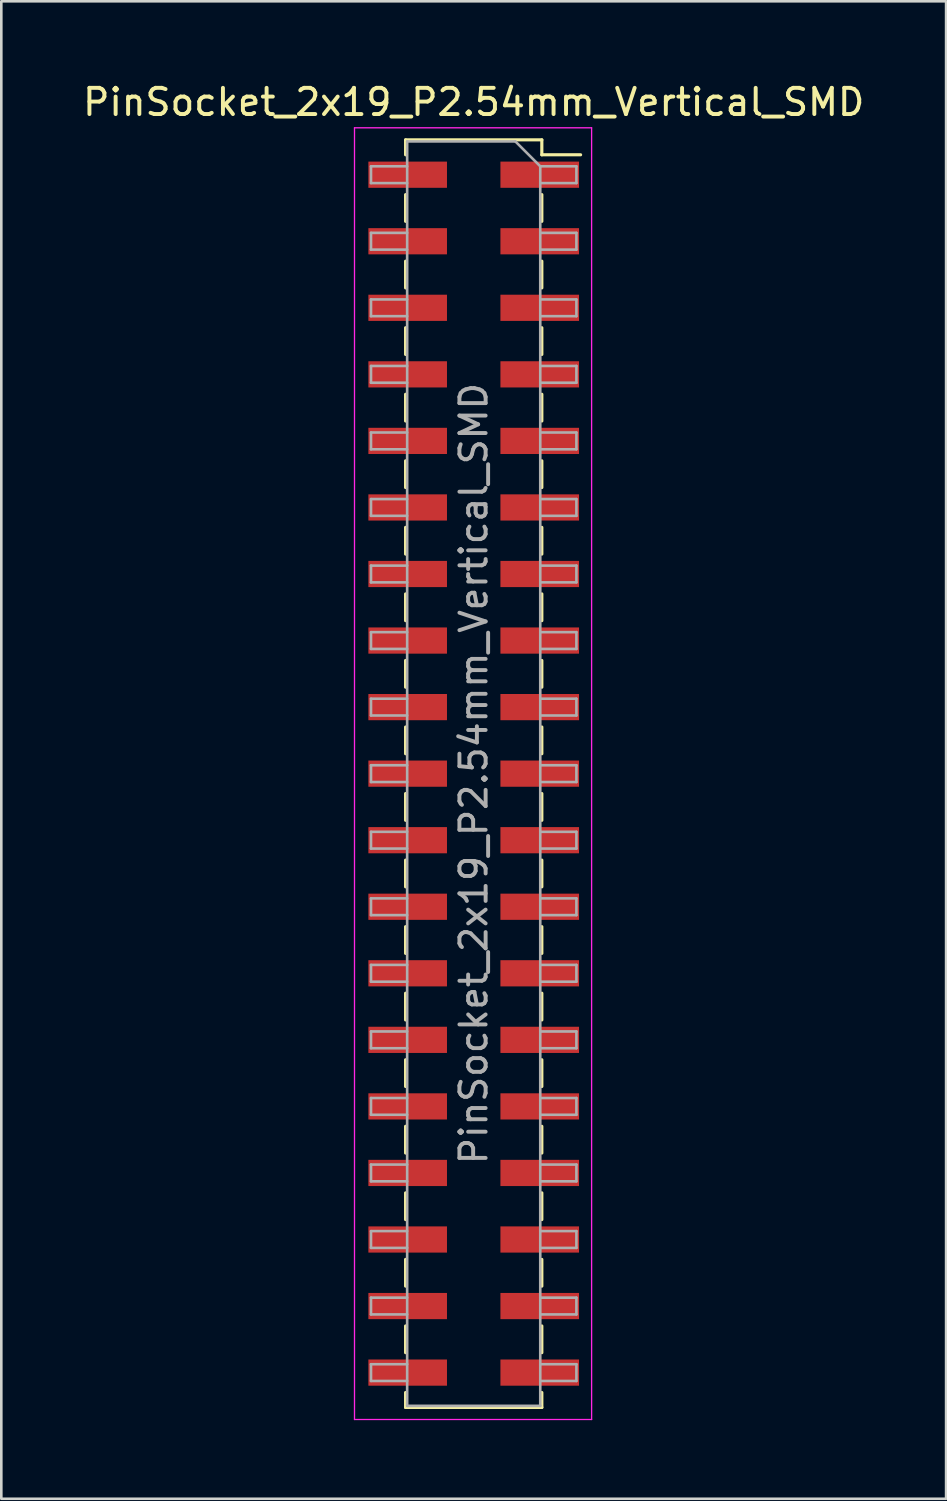
<source format=kicad_pcb>
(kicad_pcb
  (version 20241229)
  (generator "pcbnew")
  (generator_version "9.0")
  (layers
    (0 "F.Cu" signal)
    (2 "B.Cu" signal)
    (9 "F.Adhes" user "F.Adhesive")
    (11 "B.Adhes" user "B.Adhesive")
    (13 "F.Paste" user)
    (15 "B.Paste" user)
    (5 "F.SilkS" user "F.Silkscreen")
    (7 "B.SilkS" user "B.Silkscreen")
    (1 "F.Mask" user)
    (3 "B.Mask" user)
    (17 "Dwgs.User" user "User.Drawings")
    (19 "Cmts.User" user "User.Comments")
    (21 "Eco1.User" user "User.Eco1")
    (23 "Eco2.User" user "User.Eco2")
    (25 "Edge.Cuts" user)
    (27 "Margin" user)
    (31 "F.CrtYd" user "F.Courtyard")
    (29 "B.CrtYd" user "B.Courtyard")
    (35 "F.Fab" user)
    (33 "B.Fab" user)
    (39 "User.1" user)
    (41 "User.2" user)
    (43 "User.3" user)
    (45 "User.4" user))
  (footprint "PinSocket_2x19_P2.54mm_Vertical_SMD"
    (layer "F.Cu")
    (at 15.03 26.478)
    (property "Reference" "PinSocket_2x19_P2.54mm_Vertical_SMD" (at 0 -25.63 0) (layer "F.SilkS") (effects (font (size 1 1) (thickness 0.15))))
    (attr smd)
    (fp_line (start -2.6 -24.19) (end 2.6 -24.19) (stroke (width 0.12) (type solid)) (layer "F.SilkS"))
    (fp_line (start -2.6 -23.62) (end -2.6 -24.19) (stroke (width 0.12) (type solid)) (layer "F.SilkS"))
    (fp_line (start -2.6 -22.1) (end -2.6 -21.08) (stroke (width 0.12) (type solid)) (layer "F.SilkS"))
    (fp_line (start -2.6 -19.56) (end -2.6 -18.54) (stroke (width 0.12) (type solid)) (layer "F.SilkS"))
    (fp_line (start -2.6 -17.02) (end -2.6 -16) (stroke (width 0.12) (type solid)) (layer "F.SilkS"))
    (fp_line (start -2.6 -14.48) (end -2.6 -13.46) (stroke (width 0.12) (type solid)) (layer "F.SilkS"))
    (fp_line (start -2.6 -11.94) (end -2.6 -10.92) (stroke (width 0.12) (type solid)) (layer "F.SilkS"))
    (fp_line (start -2.6 -9.4) (end -2.6 -8.38) (stroke (width 0.12) (type solid)) (layer "F.SilkS"))
    (fp_line (start -2.6 -6.86) (end -2.6 -5.84) (stroke (width 0.12) (type solid)) (layer "F.SilkS"))
    (fp_line (start -2.6 -4.32) (end -2.6 -3.3) (stroke (width 0.12) (type solid)) (layer "F.SilkS"))
    (fp_line (start -2.6 -1.78) (end -2.6 -0.76) (stroke (width 0.12) (type solid)) (layer "F.SilkS"))
    (fp_line (start -2.6 0.76) (end -2.6 1.78) (stroke (width 0.12) (type solid)) (layer "F.SilkS"))
    (fp_line (start -2.6 3.3) (end -2.6 4.32) (stroke (width 0.12) (type solid)) (layer "F.SilkS"))
    (fp_line (start -2.6 5.84) (end -2.6 6.86) (stroke (width 0.12) (type solid)) (layer "F.SilkS"))
    (fp_line (start -2.6 8.38) (end -2.6 9.4) (stroke (width 0.12) (type solid)) (layer "F.SilkS"))
    (fp_line (start -2.6 10.92) (end -2.6 11.94) (stroke (width 0.12) (type solid)) (layer "F.SilkS"))
    (fp_line (start -2.6 13.46) (end -2.6 14.48) (stroke (width 0.12) (type solid)) (layer "F.SilkS"))
    (fp_line (start -2.6 16) (end -2.6 17.02) (stroke (width 0.12) (type solid)) (layer "F.SilkS"))
    (fp_line (start -2.6 18.54) (end -2.6 19.56) (stroke (width 0.12) (type solid)) (layer "F.SilkS"))
    (fp_line (start -2.6 21.08) (end -2.6 22.1) (stroke (width 0.12) (type solid)) (layer "F.SilkS"))
    (fp_line (start -2.6 24.19) (end -2.6 23.62) (stroke (width 0.12) (type solid)) (layer "F.SilkS"))
    (fp_line (start 2.6 -24.19) (end 2.6 -23.62) (stroke (width 0.12) (type solid)) (layer "F.SilkS"))
    (fp_line (start 2.6 -23.62) (end 4.08 -23.62) (stroke (width 0.12) (type solid)) (layer "F.SilkS"))
    (fp_line (start 2.6 -21.08) (end 2.6 -22.1) (stroke (width 0.12) (type solid)) (layer "F.SilkS"))
    (fp_line (start 2.6 -18.54) (end 2.6 -19.56) (stroke (width 0.12) (type solid)) (layer "F.SilkS"))
    (fp_line (start 2.6 -16) (end 2.6 -17.02) (stroke (width 0.12) (type solid)) (layer "F.SilkS"))
    (fp_line (start 2.6 -13.46) (end 2.6 -14.48) (stroke (width 0.12) (type solid)) (layer "F.SilkS"))
    (fp_line (start 2.6 -10.92) (end 2.6 -11.94) (stroke (width 0.12) (type solid)) (layer "F.SilkS"))
    (fp_line (start 2.6 -8.38) (end 2.6 -9.4) (stroke (width 0.12) (type solid)) (layer "F.SilkS"))
    (fp_line (start 2.6 -5.84) (end 2.6 -6.86) (stroke (width 0.12) (type solid)) (layer "F.SilkS"))
    (fp_line (start 2.6 -3.3) (end 2.6 -4.32) (stroke (width 0.12) (type solid)) (layer "F.SilkS"))
    (fp_line (start 2.6 -0.76) (end 2.6 -1.78) (stroke (width 0.12) (type solid)) (layer "F.SilkS"))
    (fp_line (start 2.6 1.78) (end 2.6 0.76) (stroke (width 0.12) (type solid)) (layer "F.SilkS"))
    (fp_line (start 2.6 4.32) (end 2.6 3.3) (stroke (width 0.12) (type solid)) (layer "F.SilkS"))
    (fp_line (start 2.6 6.86) (end 2.6 5.84) (stroke (width 0.12) (type solid)) (layer "F.SilkS"))
    (fp_line (start 2.6 9.4) (end 2.6 8.38) (stroke (width 0.12) (type solid)) (layer "F.SilkS"))
    (fp_line (start 2.6 11.94) (end 2.6 10.92) (stroke (width 0.12) (type solid)) (layer "F.SilkS"))
    (fp_line (start 2.6 14.48) (end 2.6 13.46) (stroke (width 0.12) (type solid)) (layer "F.SilkS"))
    (fp_line (start 2.6 17.02) (end 2.6 16) (stroke (width 0.12) (type solid)) (layer "F.SilkS"))
    (fp_line (start 2.6 19.56) (end 2.6 18.54) (stroke (width 0.12) (type solid)) (layer "F.SilkS"))
    (fp_line (start 2.6 22.1) (end 2.6 21.08) (stroke (width 0.12) (type solid)) (layer "F.SilkS"))
    (fp_line (start 2.6 23.62) (end 2.6 24.19) (stroke (width 0.12) (type solid)) (layer "F.SilkS"))
    (fp_line (start 2.6 24.19) (end -2.6 24.19) (stroke (width 0.12) (type solid)) (layer "F.SilkS"))
    (fp_line (start -4.55 -24.65) (end 4.5 -24.65) (stroke (width 0.05) (type solid)) (layer "F.CrtYd"))
    (fp_line (start -4.55 24.65) (end -4.55 -24.65) (stroke (width 0.05) (type solid)) (layer "F.CrtYd"))
    (fp_line (start 4.5 -24.65) (end 4.5 24.65) (stroke (width 0.05) (type solid)) (layer "F.CrtYd"))
    (fp_line (start 4.5 24.65) (end -4.55 24.65) (stroke (width 0.05) (type solid)) (layer "F.CrtYd"))
    (fp_line (start -3.92 -23.18) (end -2.54 -23.18) (stroke (width 0.1) (type solid)) (layer "F.Fab"))
    (fp_line (start -3.92 -22.54) (end -3.92 -23.18) (stroke (width 0.1) (type solid)) (layer "F.Fab"))
    (fp_line (start -3.92 -20.64) (end -2.54 -20.64) (stroke (width 0.1) (type solid)) (layer "F.Fab"))
    (fp_line (start -3.92 -20) (end -3.92 -20.64) (stroke (width 0.1) (type solid)) (layer "F.Fab"))
    (fp_line (start -3.92 -18.1) (end -2.54 -18.1) (stroke (width 0.1) (type solid)) (layer "F.Fab"))
    (fp_line (start -3.92 -17.46) (end -3.92 -18.1) (stroke (width 0.1) (type solid)) (layer "F.Fab"))
    (fp_line (start -3.92 -15.56) (end -2.54 -15.56) (stroke (width 0.1) (type solid)) (layer "F.Fab"))
    (fp_line (start -3.92 -14.92) (end -3.92 -15.56) (stroke (width 0.1) (type solid)) (layer "F.Fab"))
    (fp_line (start -3.92 -13.02) (end -2.54 -13.02) (stroke (width 0.1) (type solid)) (layer "F.Fab"))
    (fp_line (start -3.92 -12.38) (end -3.92 -13.02) (stroke (width 0.1) (type solid)) (layer "F.Fab"))
    (fp_line (start -3.92 -10.48) (end -2.54 -10.48) (stroke (width 0.1) (type solid)) (layer "F.Fab"))
    (fp_line (start -3.92 -9.84) (end -3.92 -10.48) (stroke (width 0.1) (type solid)) (layer "F.Fab"))
    (fp_line (start -3.92 -7.94) (end -2.54 -7.94) (stroke (width 0.1) (type solid)) (layer "F.Fab"))
    (fp_line (start -3.92 -7.3) (end -3.92 -7.94) (stroke (width 0.1) (type solid)) (layer "F.Fab"))
    (fp_line (start -3.92 -5.4) (end -2.54 -5.4) (stroke (width 0.1) (type solid)) (layer "F.Fab"))
    (fp_line (start -3.92 -4.76) (end -3.92 -5.4) (stroke (width 0.1) (type solid)) (layer "F.Fab"))
    (fp_line (start -3.92 -2.86) (end -2.54 -2.86) (stroke (width 0.1) (type solid)) (layer "F.Fab"))
    (fp_line (start -3.92 -2.22) (end -3.92 -2.86) (stroke (width 0.1) (type solid)) (layer "F.Fab"))
    (fp_line (start -3.92 -0.32) (end -2.54 -0.32) (stroke (width 0.1) (type solid)) (layer "F.Fab"))
    (fp_line (start -3.92 0.32) (end -3.92 -0.32) (stroke (width 0.1) (type solid)) (layer "F.Fab"))
    (fp_line (start -3.92 2.22) (end -2.54 2.22) (stroke (width 0.1) (type solid)) (layer "F.Fab"))
    (fp_line (start -3.92 2.86) (end -3.92 2.22) (stroke (width 0.1) (type solid)) (layer "F.Fab"))
    (fp_line (start -3.92 4.76) (end -2.54 4.76) (stroke (width 0.1) (type solid)) (layer "F.Fab"))
    (fp_line (start -3.92 5.4) (end -3.92 4.76) (stroke (width 0.1) (type solid)) (layer "F.Fab"))
    (fp_line (start -3.92 7.3) (end -2.54 7.3) (stroke (width 0.1) (type solid)) (layer "F.Fab"))
    (fp_line (start -3.92 7.94) (end -3.92 7.3) (stroke (width 0.1) (type solid)) (layer "F.Fab"))
    (fp_line (start -3.92 9.84) (end -2.54 9.84) (stroke (width 0.1) (type solid)) (layer "F.Fab"))
    (fp_line (start -3.92 10.48) (end -3.92 9.84) (stroke (width 0.1) (type solid)) (layer "F.Fab"))
    (fp_line (start -3.92 12.38) (end -2.54 12.38) (stroke (width 0.1) (type solid)) (layer "F.Fab"))
    (fp_line (start -3.92 13.02) (end -3.92 12.38) (stroke (width 0.1) (type solid)) (layer "F.Fab"))
    (fp_line (start -3.92 14.92) (end -2.54 14.92) (stroke (width 0.1) (type solid)) (layer "F.Fab"))
    (fp_line (start -3.92 15.56) (end -3.92 14.92) (stroke (width 0.1) (type solid)) (layer "F.Fab"))
    (fp_line (start -3.92 17.46) (end -2.54 17.46) (stroke (width 0.1) (type solid)) (layer "F.Fab"))
    (fp_line (start -3.92 18.1) (end -3.92 17.46) (stroke (width 0.1) (type solid)) (layer "F.Fab"))
    (fp_line (start -3.92 20) (end -2.54 20) (stroke (width 0.1) (type solid)) (layer "F.Fab"))
    (fp_line (start -3.92 20.64) (end -3.92 20) (stroke (width 0.1) (type solid)) (layer "F.Fab"))
    (fp_line (start -3.92 22.54) (end -2.54 22.54) (stroke (width 0.1) (type solid)) (layer "F.Fab"))
    (fp_line (start -3.92 23.18) (end -3.92 22.54) (stroke (width 0.1) (type solid)) (layer "F.Fab"))
    (fp_line (start -2.54 -24.13) (end 1.59 -24.13) (stroke (width 0.1) (type solid)) (layer "F.Fab"))
    (fp_line (start -2.54 -22.54) (end -3.92 -22.54) (stroke (width 0.1) (type solid)) (layer "F.Fab"))
    (fp_line (start -2.54 -20) (end -3.92 -20) (stroke (width 0.1) (type solid)) (layer "F.Fab"))
    (fp_line (start -2.54 -17.46) (end -3.92 -17.46) (stroke (width 0.1) (type solid)) (layer "F.Fab"))
    (fp_line (start -2.54 -14.92) (end -3.92 -14.92) (stroke (width 0.1) (type solid)) (layer "F.Fab"))
    (fp_line (start -2.54 -12.38) (end -3.92 -12.38) (stroke (width 0.1) (type solid)) (layer "F.Fab"))
    (fp_line (start -2.54 -9.84) (end -3.92 -9.84) (stroke (width 0.1) (type solid)) (layer "F.Fab"))
    (fp_line (start -2.54 -7.3) (end -3.92 -7.3) (stroke (width 0.1) (type solid)) (layer "F.Fab"))
    (fp_line (start -2.54 -4.76) (end -3.92 -4.76) (stroke (width 0.1) (type solid)) (layer "F.Fab"))
    (fp_line (start -2.54 -2.22) (end -3.92 -2.22) (stroke (width 0.1) (type solid)) (layer "F.Fab"))
    (fp_line (start -2.54 0.32) (end -3.92 0.32) (stroke (width 0.1) (type solid)) (layer "F.Fab"))
    (fp_line (start -2.54 2.86) (end -3.92 2.86) (stroke (width 0.1) (type solid)) (layer "F.Fab"))
    (fp_line (start -2.54 5.4) (end -3.92 5.4) (stroke (width 0.1) (type solid)) (layer "F.Fab"))
    (fp_line (start -2.54 7.94) (end -3.92 7.94) (stroke (width 0.1) (type solid)) (layer "F.Fab"))
    (fp_line (start -2.54 10.48) (end -3.92 10.48) (stroke (width 0.1) (type solid)) (layer "F.Fab"))
    (fp_line (start -2.54 13.02) (end -3.92 13.02) (stroke (width 0.1) (type solid)) (layer "F.Fab"))
    (fp_line (start -2.54 15.56) (end -3.92 15.56) (stroke (width 0.1) (type solid)) (layer "F.Fab"))
    (fp_line (start -2.54 18.1) (end -3.92 18.1) (stroke (width 0.1) (type solid)) (layer "F.Fab"))
    (fp_line (start -2.54 20.64) (end -3.92 20.64) (stroke (width 0.1) (type solid)) (layer "F.Fab"))
    (fp_line (start -2.54 23.18) (end -3.92 23.18) (stroke (width 0.1) (type solid)) (layer "F.Fab"))
    (fp_line (start -2.54 24.13) (end -2.54 -24.13) (stroke (width 0.1) (type solid)) (layer "F.Fab"))
    (fp_line (start 1.59 -24.13) (end 2.54 -23.18) (stroke (width 0.1) (type solid)) (layer "F.Fab"))
    (fp_line (start 2.54 -23.18) (end 2.54 24.13) (stroke (width 0.1) (type solid)) (layer "F.Fab"))
    (fp_line (start 2.54 -23.18) (end 3.92 -23.18) (stroke (width 0.1) (type solid)) (layer "F.Fab"))
    (fp_line (start 2.54 -20.64) (end 3.92 -20.64) (stroke (width 0.1) (type solid)) (layer "F.Fab"))
    (fp_line (start 2.54 -18.1) (end 3.92 -18.1) (stroke (width 0.1) (type solid)) (layer "F.Fab"))
    (fp_line (start 2.54 -15.56) (end 3.92 -15.56) (stroke (width 0.1) (type solid)) (layer "F.Fab"))
    (fp_line (start 2.54 -13.02) (end 3.92 -13.02) (stroke (width 0.1) (type solid)) (layer "F.Fab"))
    (fp_line (start 2.54 -10.48) (end 3.92 -10.48) (stroke (width 0.1) (type solid)) (layer "F.Fab"))
    (fp_line (start 2.54 -7.94) (end 3.92 -7.94) (stroke (width 0.1) (type solid)) (layer "F.Fab"))
    (fp_line (start 2.54 -5.4) (end 3.92 -5.4) (stroke (width 0.1) (type solid)) (layer "F.Fab"))
    (fp_line (start 2.54 -2.86) (end 3.92 -2.86) (stroke (width 0.1) (type solid)) (layer "F.Fab"))
    (fp_line (start 2.54 -0.32) (end 3.92 -0.32) (stroke (width 0.1) (type solid)) (layer "F.Fab"))
    (fp_line (start 2.54 2.22) (end 3.92 2.22) (stroke (width 0.1) (type solid)) (layer "F.Fab"))
    (fp_line (start 2.54 4.76) (end 3.92 4.76) (stroke (width 0.1) (type solid)) (layer "F.Fab"))
    (fp_line (start 2.54 7.3) (end 3.92 7.3) (stroke (width 0.1) (type solid)) (layer "F.Fab"))
    (fp_line (start 2.54 9.84) (end 3.92 9.84) (stroke (width 0.1) (type solid)) (layer "F.Fab"))
    (fp_line (start 2.54 12.38) (end 3.92 12.38) (stroke (width 0.1) (type solid)) (layer "F.Fab"))
    (fp_line (start 2.54 14.92) (end 3.92 14.92) (stroke (width 0.1) (type solid)) (layer "F.Fab"))
    (fp_line (start 2.54 17.46) (end 3.92 17.46) (stroke (width 0.1) (type solid)) (layer "F.Fab"))
    (fp_line (start 2.54 20) (end 3.92 20) (stroke (width 0.1) (type solid)) (layer "F.Fab"))
    (fp_line (start 2.54 22.54) (end 3.92 22.54) (stroke (width 0.1) (type solid)) (layer "F.Fab"))
    (fp_line (start 2.54 24.13) (end -2.54 24.13) (stroke (width 0.1) (type solid)) (layer "F.Fab"))
    (fp_line (start 3.92 -23.18) (end 3.92 -22.54) (stroke (width 0.1) (type solid)) (layer "F.Fab"))
    (fp_line (start 3.92 -22.54) (end 2.54 -22.54) (stroke (width 0.1) (type solid)) (layer "F.Fab"))
    (fp_line (start 3.92 -20.64) (end 3.92 -20) (stroke (width 0.1) (type solid)) (layer "F.Fab"))
    (fp_line (start 3.92 -20) (end 2.54 -20) (stroke (width 0.1) (type solid)) (layer "F.Fab"))
    (fp_line (start 3.92 -18.1) (end 3.92 -17.46) (stroke (width 0.1) (type solid)) (layer "F.Fab"))
    (fp_line (start 3.92 -17.46) (end 2.54 -17.46) (stroke (width 0.1) (type solid)) (layer "F.Fab"))
    (fp_line (start 3.92 -15.56) (end 3.92 -14.92) (stroke (width 0.1) (type solid)) (layer "F.Fab"))
    (fp_line (start 3.92 -14.92) (end 2.54 -14.92) (stroke (width 0.1) (type solid)) (layer "F.Fab"))
    (fp_line (start 3.92 -13.02) (end 3.92 -12.38) (stroke (width 0.1) (type solid)) (layer "F.Fab"))
    (fp_line (start 3.92 -12.38) (end 2.54 -12.38) (stroke (width 0.1) (type solid)) (layer "F.Fab"))
    (fp_line (start 3.92 -10.48) (end 3.92 -9.84) (stroke (width 0.1) (type solid)) (layer "F.Fab"))
    (fp_line (start 3.92 -9.84) (end 2.54 -9.84) (stroke (width 0.1) (type solid)) (layer "F.Fab"))
    (fp_line (start 3.92 -7.94) (end 3.92 -7.3) (stroke (width 0.1) (type solid)) (layer "F.Fab"))
    (fp_line (start 3.92 -7.3) (end 2.54 -7.3) (stroke (width 0.1) (type solid)) (layer "F.Fab"))
    (fp_line (start 3.92 -5.4) (end 3.92 -4.76) (stroke (width 0.1) (type solid)) (layer "F.Fab"))
    (fp_line (start 3.92 -4.76) (end 2.54 -4.76) (stroke (width 0.1) (type solid)) (layer "F.Fab"))
    (fp_line (start 3.92 -2.86) (end 3.92 -2.22) (stroke (width 0.1) (type solid)) (layer "F.Fab"))
    (fp_line (start 3.92 -2.22) (end 2.54 -2.22) (stroke (width 0.1) (type solid)) (layer "F.Fab"))
    (fp_line (start 3.92 -0.32) (end 3.92 0.32) (stroke (width 0.1) (type solid)) (layer "F.Fab"))
    (fp_line (start 3.92 0.32) (end 2.54 0.32) (stroke (width 0.1) (type solid)) (layer "F.Fab"))
    (fp_line (start 3.92 2.22) (end 3.92 2.86) (stroke (width 0.1) (type solid)) (layer "F.Fab"))
    (fp_line (start 3.92 2.86) (end 2.54 2.86) (stroke (width 0.1) (type solid)) (layer "F.Fab"))
    (fp_line (start 3.92 4.76) (end 3.92 5.4) (stroke (width 0.1) (type solid)) (layer "F.Fab"))
    (fp_line (start 3.92 5.4) (end 2.54 5.4) (stroke (width 0.1) (type solid)) (layer "F.Fab"))
    (fp_line (start 3.92 7.3) (end 3.92 7.94) (stroke (width 0.1) (type solid)) (layer "F.Fab"))
    (fp_line (start 3.92 7.94) (end 2.54 7.94) (stroke (width 0.1) (type solid)) (layer "F.Fab"))
    (fp_line (start 3.92 9.84) (end 3.92 10.48) (stroke (width 0.1) (type solid)) (layer "F.Fab"))
    (fp_line (start 3.92 10.48) (end 2.54 10.48) (stroke (width 0.1) (type solid)) (layer "F.Fab"))
    (fp_line (start 3.92 12.38) (end 3.92 13.02) (stroke (width 0.1) (type solid)) (layer "F.Fab"))
    (fp_line (start 3.92 13.02) (end 2.54 13.02) (stroke (width 0.1) (type solid)) (layer "F.Fab"))
    (fp_line (start 3.92 14.92) (end 3.92 15.56) (stroke (width 0.1) (type solid)) (layer "F.Fab"))
    (fp_line (start 3.92 15.56) (end 2.54 15.56) (stroke (width 0.1) (type solid)) (layer "F.Fab"))
    (fp_line (start 3.92 17.46) (end 3.92 18.1) (stroke (width 0.1) (type solid)) (layer "F.Fab"))
    (fp_line (start 3.92 18.1) (end 2.54 18.1) (stroke (width 0.1) (type solid)) (layer "F.Fab"))
    (fp_line (start 3.92 20) (end 3.92 20.64) (stroke (width 0.1) (type solid)) (layer "F.Fab"))
    (fp_line (start 3.92 20.64) (end 2.54 20.64) (stroke (width 0.1) (type solid)) (layer "F.Fab"))
    (fp_line (start 3.92 22.54) (end 3.92 23.18) (stroke (width 0.1) (type solid)) (layer "F.Fab"))
    (fp_line (start 3.92 23.18) (end 2.54 23.18) (stroke (width 0.1) (type solid)) (layer "F.Fab"))
    (fp_text user "${REFERENCE}" (at 0 0 90) (layer "F.Fab") (effects (font (size 1 1) (thickness 0.15))))
    (pad "1" smd rect (at 2.52 -22.86) (size 3 1) (layers "F.Cu" "F.Mask" "F.Paste"))
    (pad "2" smd rect (at -2.52 -22.86) (size 3 1) (layers "F.Cu" "F.Mask" "F.Paste"))
    (pad "3" smd rect (at 2.52 -20.32) (size 3 1) (layers "F.Cu" "F.Mask" "F.Paste"))
    (pad "4" smd rect (at -2.52 -20.32) (size 3 1) (layers "F.Cu" "F.Mask" "F.Paste"))
    (pad "5" smd rect (at 2.52 -17.78) (size 3 1) (layers "F.Cu" "F.Mask" "F.Paste"))
    (pad "6" smd rect (at -2.52 -17.78) (size 3 1) (layers "F.Cu" "F.Mask" "F.Paste"))
    (pad "7" smd rect (at 2.52 -15.24) (size 3 1) (layers "F.Cu" "F.Mask" "F.Paste"))
    (pad "8" smd rect (at -2.52 -15.24) (size 3 1) (layers "F.Cu" "F.Mask" "F.Paste"))
    (pad "9" smd rect (at 2.52 -12.7) (size 3 1) (layers "F.Cu" "F.Mask" "F.Paste"))
    (pad "10" smd rect (at -2.52 -12.7) (size 3 1) (layers "F.Cu" "F.Mask" "F.Paste"))
    (pad "11" smd rect (at 2.52 -10.16) (size 3 1) (layers "F.Cu" "F.Mask" "F.Paste"))
    (pad "12" smd rect (at -2.52 -10.16) (size 3 1) (layers "F.Cu" "F.Mask" "F.Paste"))
    (pad "13" smd rect (at 2.52 -7.62) (size 3 1) (layers "F.Cu" "F.Mask" "F.Paste"))
    (pad "14" smd rect (at -2.52 -7.62) (size 3 1) (layers "F.Cu" "F.Mask" "F.Paste"))
    (pad "15" smd rect (at 2.52 -5.08) (size 3 1) (layers "F.Cu" "F.Mask" "F.Paste"))
    (pad "16" smd rect (at -2.52 -5.08) (size 3 1) (layers "F.Cu" "F.Mask" "F.Paste"))
    (pad "17" smd rect (at 2.52 -2.54) (size 3 1) (layers "F.Cu" "F.Mask" "F.Paste"))
    (pad "18" smd rect (at -2.52 -2.54) (size 3 1) (layers "F.Cu" "F.Mask" "F.Paste"))
    (pad "19" smd rect (at 2.52 0) (size 3 1) (layers "F.Cu" "F.Mask" "F.Paste"))
    (pad "20" smd rect (at -2.52 0) (size 3 1) (layers "F.Cu" "F.Mask" "F.Paste"))
    (pad "21" smd rect (at 2.52 2.54) (size 3 1) (layers "F.Cu" "F.Mask" "F.Paste"))
    (pad "22" smd rect (at -2.52 2.54) (size 3 1) (layers "F.Cu" "F.Mask" "F.Paste"))
    (pad "23" smd rect (at 2.52 5.08) (size 3 1) (layers "F.Cu" "F.Mask" "F.Paste"))
    (pad "24" smd rect (at -2.52 5.08) (size 3 1) (layers "F.Cu" "F.Mask" "F.Paste"))
    (pad "25" smd rect (at 2.52 7.62) (size 3 1) (layers "F.Cu" "F.Mask" "F.Paste"))
    (pad "26" smd rect (at -2.52 7.62) (size 3 1) (layers "F.Cu" "F.Mask" "F.Paste"))
    (pad "27" smd rect (at 2.52 10.16) (size 3 1) (layers "F.Cu" "F.Mask" "F.Paste"))
    (pad "28" smd rect (at -2.52 10.16) (size 3 1) (layers "F.Cu" "F.Mask" "F.Paste"))
    (pad "29" smd rect (at 2.52 12.7) (size 3 1) (layers "F.Cu" "F.Mask" "F.Paste"))
    (pad "30" smd rect (at -2.52 12.7) (size 3 1) (layers "F.Cu" "F.Mask" "F.Paste"))
    (pad "31" smd rect (at 2.52 15.24) (size 3 1) (layers "F.Cu" "F.Mask" "F.Paste"))
    (pad "32" smd rect (at -2.52 15.24) (size 3 1) (layers "F.Cu" "F.Mask" "F.Paste"))
    (pad "33" smd rect (at 2.52 17.78) (size 3 1) (layers "F.Cu" "F.Mask" "F.Paste"))
    (pad "34" smd rect (at -2.52 17.78) (size 3 1) (layers "F.Cu" "F.Mask" "F.Paste"))
    (pad "35" smd rect (at 2.52 20.32) (size 3 1) (layers "F.Cu" "F.Mask" "F.Paste"))
    (pad "36" smd rect (at -2.52 20.32) (size 3 1) (layers "F.Cu" "F.Mask" "F.Paste"))
    (pad "37" smd rect (at 2.52 22.86) (size 3 1) (layers "F.Cu" "F.Mask" "F.Paste"))
    (pad "38" smd rect (at -2.52 22.86) (size 3 1) (layers "F.Cu" "F.Mask" "F.Paste")))
  (gr_rect
    (start -3 -3)
    (end 33.06 54.153)
    (stroke (width 0.1) (type default))
    (fill no)
    (layer "Edge.Cuts")))
</source>
